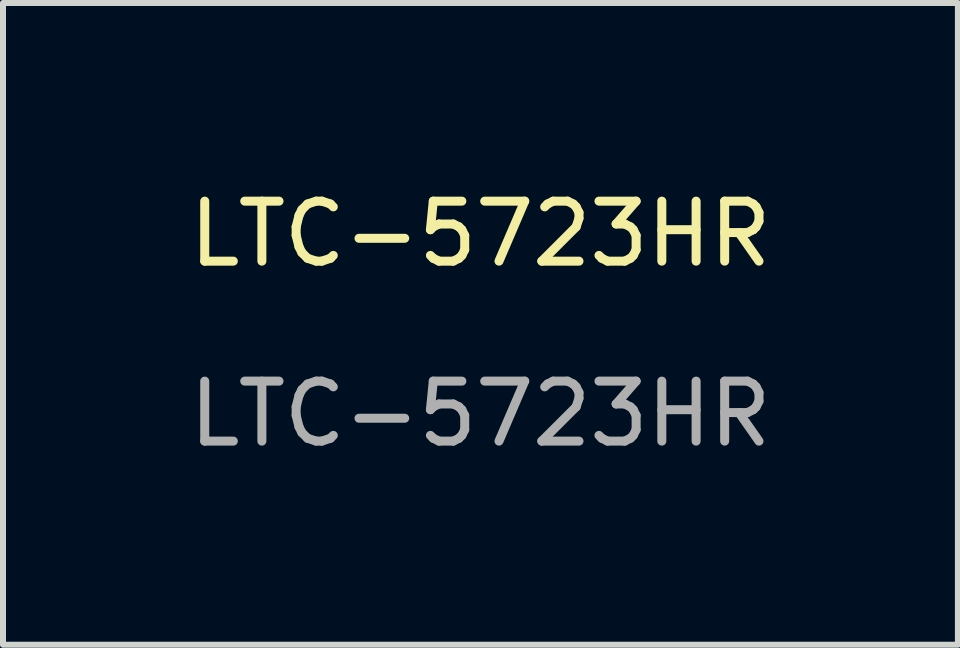
<source format=kicad_pcb>
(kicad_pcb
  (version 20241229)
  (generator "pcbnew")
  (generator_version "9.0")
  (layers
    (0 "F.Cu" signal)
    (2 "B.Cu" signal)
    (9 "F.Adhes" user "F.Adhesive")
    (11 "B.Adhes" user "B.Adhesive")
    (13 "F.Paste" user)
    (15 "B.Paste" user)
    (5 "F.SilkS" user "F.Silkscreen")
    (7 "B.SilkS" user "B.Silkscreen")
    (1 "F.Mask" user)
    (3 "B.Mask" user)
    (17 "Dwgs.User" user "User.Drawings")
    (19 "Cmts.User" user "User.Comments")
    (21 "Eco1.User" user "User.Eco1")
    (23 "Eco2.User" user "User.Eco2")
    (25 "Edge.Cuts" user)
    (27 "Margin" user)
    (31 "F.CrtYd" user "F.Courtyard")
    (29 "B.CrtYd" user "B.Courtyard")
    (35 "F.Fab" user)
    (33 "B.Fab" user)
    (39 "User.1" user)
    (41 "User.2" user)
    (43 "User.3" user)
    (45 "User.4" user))
  (footprint "LTC-5723HR"
    (layer "F.Cu")
    (at 4.958 1.348)
    (property "Reference" "LTC-5723HR" (at 0 -0.5 0) (unlocked yes) (layer "F.SilkS") (effects (font (size 1 1) (thickness 0.15))))
    (attr through_hole)
    (fp_text user "${REFERENCE}" (at 0 2.5 0) (unlocked yes) (layer "F.Fab") (effects (font (size 1 1) (thickness 0.15)))))
  (gr_rect
    (start -3 -3)
    (end 12.917 7.697)
    (stroke (width 0.1) (type default))
    (fill no)
    (layer "Edge.Cuts")))
</source>
